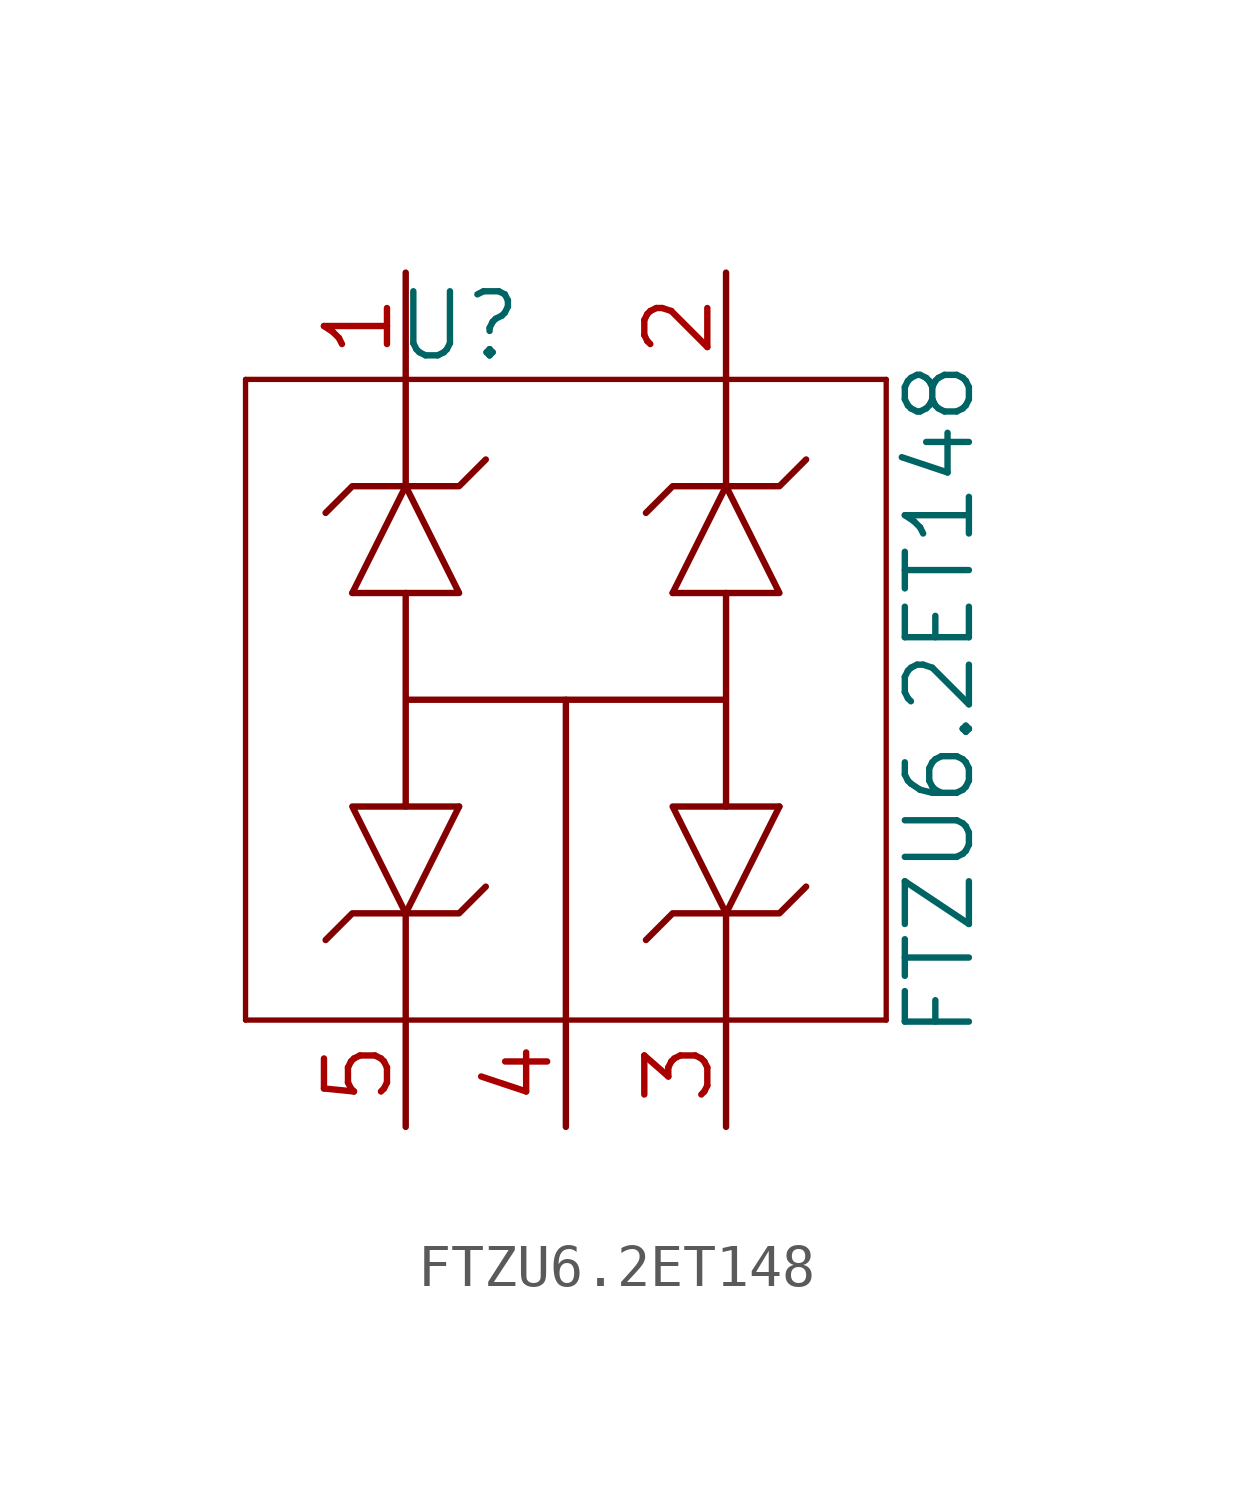
<source format=kicad_sym>
(kicad_symbol_lib
  (version 20211014)
  (generator kicad_symbol_editor)
  (symbol "FTZU6.2ET148"
    (pin_names
      (offset 0.254))
    (property "Reference" "U"
      (at -2.54 8.89 0)
      (effects (font (size 1.524 1.524))))
    (property "Value" "FTZU6.2ET148"
      (at 8.89 0 90)
      (effects (font (size 1.524 1.524))))
    (property "Datasheet" ""
      (at 0 0 0)
      (effects (font (size 1.524 1.524))))
    (property "ki_locked" ""
      (at 0 0 0)
      (effects (font (size 1.27 1.27))))
    (symbol "FTZU6.2ET148_1_1"
      (polyline (pts (xy -7.62 -7.62) (xy 7.62 -7.62)) (stroke (width 0.127) (type default) (color 0 0 0 0)) (fill (type none)))
      (polyline (pts (xy -7.62 7.62) (xy -7.62 -7.62)) (stroke (width 0.127) (type default) (color 0 0 0 0)) (fill (type none)))
      (polyline (pts (xy -3.81 -5.08) (xy -3.81 -7.62)) (stroke (width 0) (type default) (color 0 0 0 0)) (fill (type none)))
      (polyline (pts (xy -3.81 -5.08) (xy -2.54 -2.54)) (stroke (width 0) (type default) (color 0 0 0 0)) (fill (type none)))
      (polyline (pts (xy -3.81 5.08) (xy -5.08 2.54)) (stroke (width 0) (type default) (color 0 0 0 0)) (fill (type none)))
      (polyline (pts (xy -3.81 7.62) (xy -3.81 5.08)) (stroke (width 0) (type default) (color 0 0 0 0)) (fill (type none)))
      (polyline (pts (xy 3.81 -5.08) (xy 3.81 -7.62)) (stroke (width 0) (type default) (color 0 0 0 0)) (fill (type none)))
      (polyline (pts (xy 3.81 -5.08) (xy 5.08 -2.54)) (stroke (width 0) (type default) (color 0 0 0 0)) (fill (type none)))
      (polyline (pts (xy 3.81 5.08) (xy 2.54 2.54)) (stroke (width 0) (type default) (color 0 0 0 0)) (fill (type none)))
      (polyline (pts (xy 3.81 7.62) (xy 3.81 5.08)) (stroke (width 0) (type default) (color 0 0 0 0)) (fill (type none)))
      (polyline (pts (xy 7.62 -7.62) (xy 7.62 7.62)) (stroke (width 0.127) (type default) (color 0 0 0 0)) (fill (type none)))
      (polyline (pts (xy 7.62 7.62) (xy -7.62 7.62)) (stroke (width 0.127) (type default) (color 0 0 0 0)) (fill (type none)))
      (polyline (pts (xy -5.08 2.54) (xy -2.54 2.54) (xy -3.81 5.08)) (stroke (width 0) (type default) (color 0 0 0 0)) (fill (type none)))
      (polyline (pts (xy -2.54 -2.54) (xy -5.08 -2.54) (xy -3.81 -5.08)) (stroke (width 0) (type default) (color 0 0 0 0)) (fill (type none)))
      (polyline (pts (xy 2.54 2.54) (xy 5.08 2.54) (xy 3.81 5.08)) (stroke (width 0) (type default) (color 0 0 0 0)) (fill (type none)))
      (polyline (pts (xy 5.08 -2.54) (xy 2.54 -2.54) (xy 3.81 -5.08)) (stroke (width 0) (type default) (color 0 0 0 0)) (fill (type none)))
      (polyline (pts (xy -5.715 4.445) (xy -5.08 5.08) (xy -2.54 5.08) (xy -1.905 5.715)) (stroke (width 0) (type default) (color 0 0 0 0)) (fill (type none)))
      (polyline (pts (xy -1.905 -4.445) (xy -2.54 -5.08) (xy -5.08 -5.08) (xy -5.715 -5.715)) (stroke (width 0) (type default) (color 0 0 0 0)) (fill (type none)))
      (polyline (pts (xy 1.905 4.445) (xy 2.54 5.08) (xy 5.08 5.08) (xy 5.715 5.715)) (stroke (width 0) (type default) (color 0 0 0 0)) (fill (type none)))
      (polyline (pts (xy 5.715 -4.445) (xy 5.08 -5.08) (xy 2.54 -5.08) (xy 1.905 -5.715)) (stroke (width 0) (type default) (color 0 0 0 0)) (fill (type none)))
      (polyline (pts (xy 0 0) (xy 3.81 0) (xy 3.81 2.54) (xy 3.81 -2.54) (xy 3.81 0)) (stroke (width 0) (type default) (color 0 0 0 0)) (fill (type none)))
      (polyline (pts (xy 0 -7.62) (xy 0 0) (xy -3.81 0) (xy -3.81 2.54) (xy -3.81 -2.54) (xy -3.81 0)) (stroke (width 0) (type default) (color 0 0 0 0)) (fill (type none)))
      (pin passive line (at -3.81 10.16 270) (length 2.54) (name "" (effects (font (size 1.499 1.499)))) (number "1" (effects (font (size 1.499 1.499)))))
      (pin passive line (at 3.81 10.16 270) (length 2.54) (name "" (effects (font (size 1.499 1.499)))) (number "2" (effects (font (size 1.499 1.499)))))
      (pin passive line (at 3.81 -10.16 90) (length 2.54) (name "" (effects (font (size 1.499 1.499)))) (number "3" (effects (font (size 1.499 1.499)))))
      (pin passive line (at 0 -10.16 90) (length 2.54) (name "" (effects (font (size 1.499 1.499)))) (number "4" (effects (font (size 1.499 1.499)))))
      (pin passive line (at -3.81 -10.16 90) (length 2.54) (name "" (effects (font (size 1.499 1.499)))) (number "5" (effects (font (size 1.499 1.499))))))))
</source>
